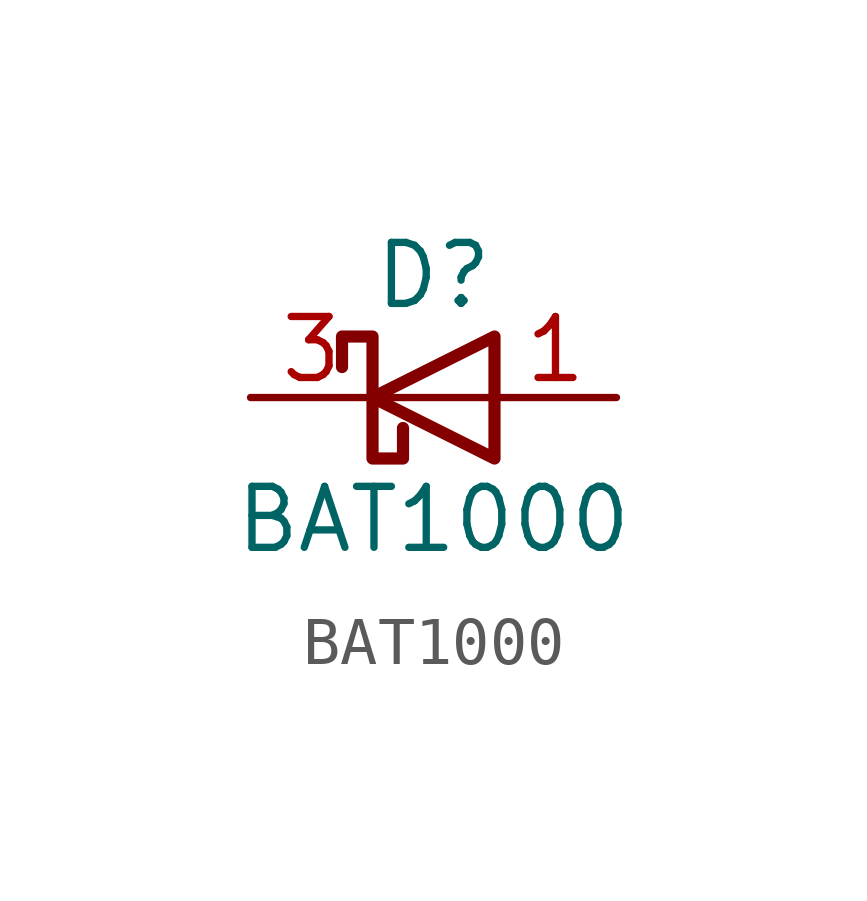
<source format=kicad_sym>
(kicad_symbol_lib
  (version 20200126)
  (host kicad_symbol_editor "(5.99.0-2441-g41b7c7c43)")
  (symbol "BAT1000:BAT1000"
    (property "Reference" "D"
      (at 0 0 0)
      (effects (font (size 1.27 1.27))))
    (property "Value" "BAT1000"
      (at 0 -5.08 0)
      (effects (font (size 1.27 1.27))))
    (symbol "BAT1000_0_1"
      (polyline (pts (xy 1.27 -2.54) (xy -1.27 -2.54)) (stroke (width 0)) (fill (type none)))
      (polyline (pts (xy 1.27 -1.27) (xy 1.27 -3.81) (xy -1.27 -2.54) (xy 1.27 -1.27)) (stroke (width 0.254)) (fill (type none)))
      (polyline (pts (xy -1.905 -1.905) (xy -1.905 -1.27) (xy -1.27 -1.27) (xy -1.27 -3.81) (xy -0.635 -3.81) (xy -0.635 -3.175)) (stroke (width 0.254)) (fill (type none))))
    (symbol "BAT1000_1_1"
      (pin passive line (at -3.81 -2.54 0) (length 2.54) (name "~" (effects (font (size 1.27 1.27)))) (number "3" (effects (font (size 1.27 1.27)))))
      (pin passive line (at 3.81 -2.54 180) (length 2.54) (name "~" (effects (font (size 1.27 1.27)))) (number "1" (effects (font (size 1.27 1.27))))))))
</source>
